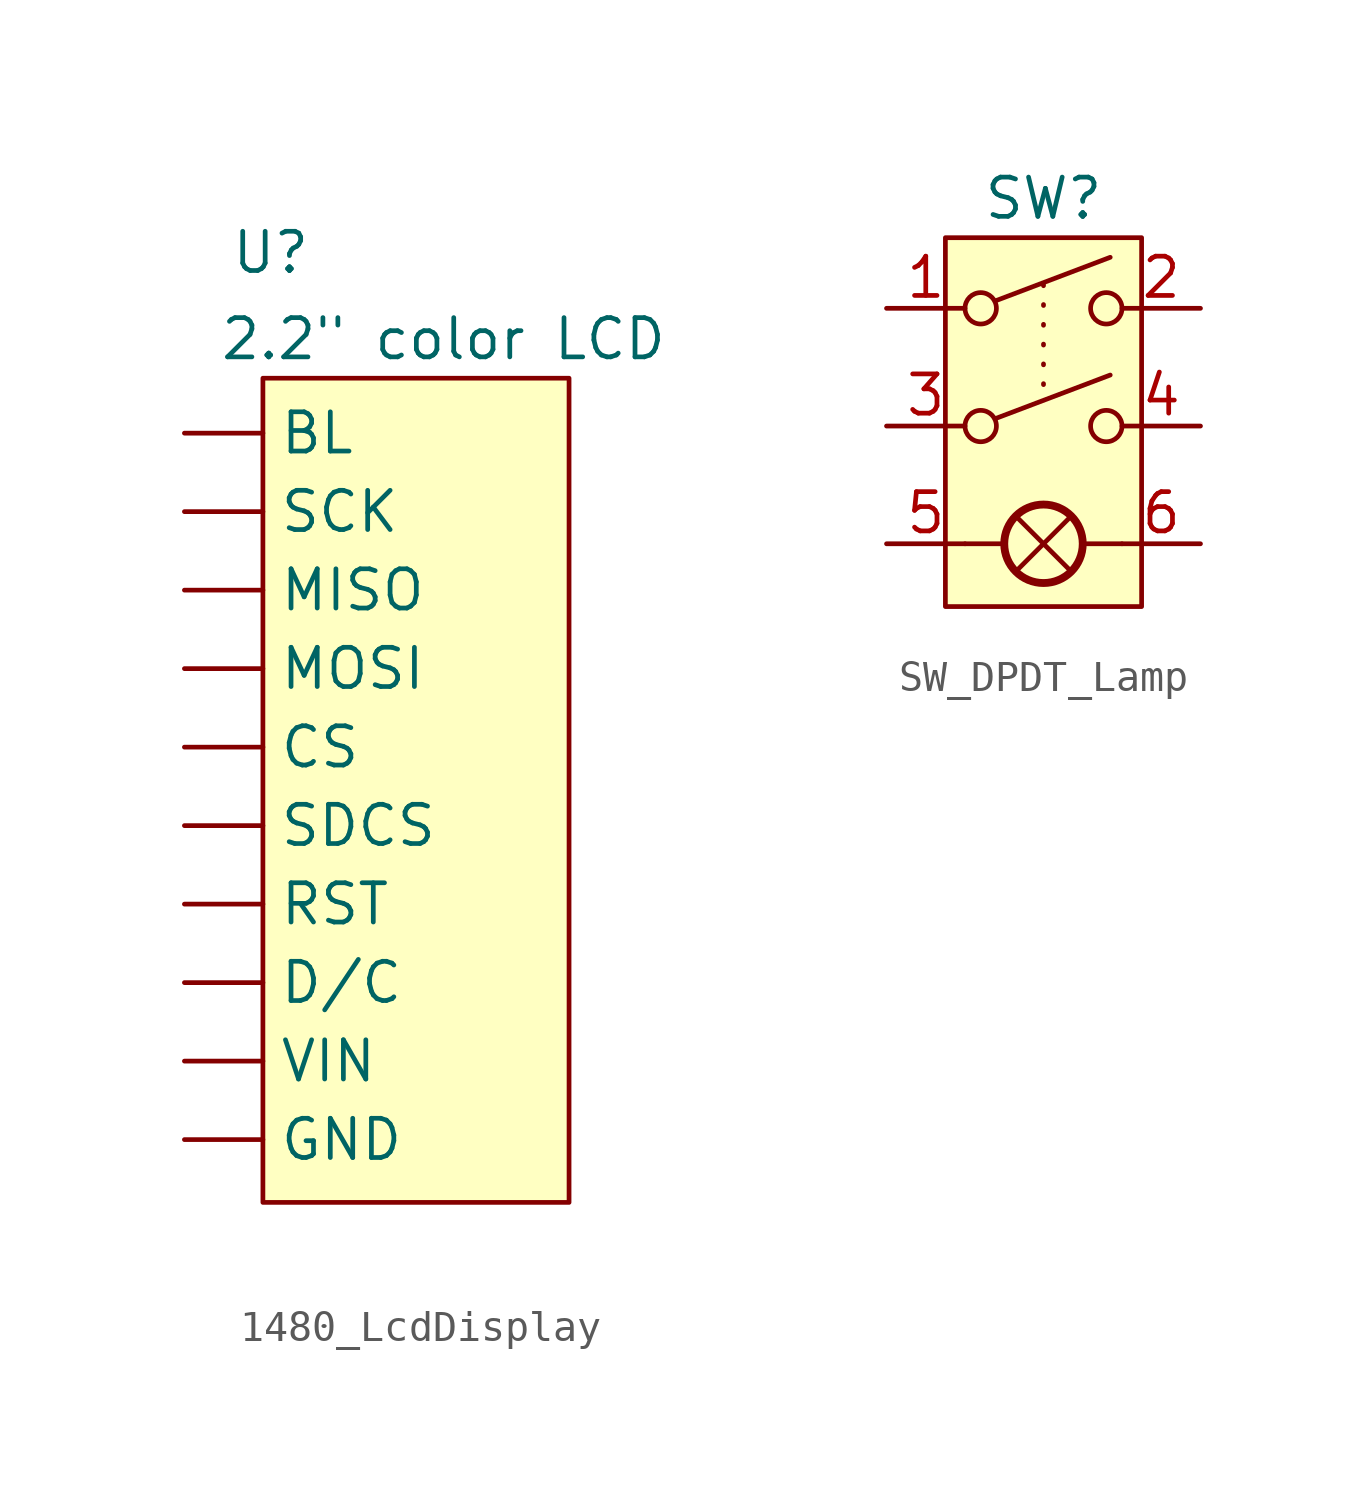
<source format=kicad_sym>
(kicad_symbol_lib
  (version 20231120)
  (generator "kicad_symbol_editor")
  (generator_version "8.0")
  (symbol "1480_LcdDisplay"
    (property "Reference" "U"
      (at 0.254 2.032 0)
      (effects (font (size 1.27 1.27))))
    (property "Value" "2.2\" color LCD"
      (at 5.842 -0.762 0)
      (effects (font (size 1.27 1.27))))
    (symbol "1480_LcdDisplay_1_1"
      (rectangle (start 0 -2.032) (end 9.906 -28.702) (stroke (width 0) (type default)) (fill (type background)))
      (pin passive line (at -2.54 -3.81 0) (length 2.54) (name "BL" (effects (font (size 1.27 1.27)))) (number "" (effects (font (size 1.27 1.27)))))
      (pin passive line (at -2.54 -13.97 0) (length 2.54) (name "CS" (effects (font (size 1.27 1.27)))) (number "" (effects (font (size 1.27 1.27)))))
      (pin passive line (at -2.54 -21.59 0) (length 2.54) (name "D/C" (effects (font (size 1.27 1.27)))) (number "" (effects (font (size 1.27 1.27)))))
      (pin passive line (at -2.54 -26.67 0) (length 2.54) (name "GND" (effects (font (size 1.27 1.27)))) (number "" (effects (font (size 1.27 1.27)))))
      (pin passive line (at -2.54 -8.89 0) (length 2.54) (name "MISO" (effects (font (size 1.27 1.27)))) (number "" (effects (font (size 1.27 1.27)))))
      (pin passive line (at -2.54 -11.43 0) (length 2.54) (name "MOSI" (effects (font (size 1.27 1.27)))) (number "" (effects (font (size 1.27 1.27)))))
      (pin passive line (at -2.54 -19.05 0) (length 2.54) (name "RST" (effects (font (size 1.27 1.27)))) (number "" (effects (font (size 1.27 1.27)))))
      (pin passive line (at -2.54 -6.35 0) (length 2.54) (name "SCK" (effects (font (size 1.27 1.27)))) (number "" (effects (font (size 1.27 1.27)))))
      (pin passive line (at -2.54 -16.51 0) (length 2.54) (name "SDCS" (effects (font (size 1.27 1.27)))) (number "" (effects (font (size 1.27 1.27)))))
      (pin passive line (at -2.54 -24.13 0) (length 2.54) (name "VIN" (effects (font (size 1.27 1.27)))) (number "" (effects (font (size 1.27 1.27)))))))
  (symbol "SW_DPDT_Lamp"
    (property "Reference" "SW"
      (at 0 1.016 0)
      (effects (font (size 1.27 1.27))))
    (property "Value" ""
      (at 0 -8.89 0)
      (effects (font (size 1.27 1.27))))
    (symbol "SW_DPDT_Lamp_0_1"
      (circle (center -2.032 -6.35) (radius 0.508) (stroke (width 0) (type default)) (fill (type none)))
      (circle (center -2.032 -2.54) (radius 0.508) (stroke (width 0) (type default)) (fill (type none)))
      (circle (center 0 -10.16) (radius 1.27) (stroke (width 0.254) (type default)) (fill (type none)))
      (polyline (pts (xy -2.54 -10.16) (xy -1.27 -10.16)) (stroke (width 0) (type default)) (fill (type none)))
      (polyline (pts (xy -1.524 -6.096) (xy 2.159 -4.699)) (stroke (width 0) (type default)) (fill (type none)))
      (polyline (pts (xy -1.524 -2.286) (xy 2.159 -0.889)) (stroke (width 0) (type default)) (fill (type none)))
      (polyline (pts (xy -0.889 -11.049) (xy 0.889 -9.271)) (stroke (width 0) (type default)) (fill (type none)))
      (polyline (pts (xy 0.889 -11.049) (xy -0.889 -9.271)) (stroke (width 0) (type default)) (fill (type none)))
      (polyline (pts (xy 2.54 -10.16) (xy 1.27 -10.16)) (stroke (width 0) (type default)) (fill (type none)))
      (circle (center 2.032 -6.35) (radius 0.508) (stroke (width 0) (type default)) (fill (type none)))
      (circle (center 2.032 -2.54) (radius 0.508) (stroke (width 0) (type default)) (fill (type none))))
    (symbol "SW_DPDT_Lamp_1_1"
      (rectangle (start -3.175 -0.254) (end 3.175 -12.192) (stroke (width 0) (type default)) (fill (type background)))
      (polyline (pts (xy 0 -1.778) (xy 0 -5.588)) (stroke (width 0) (type dot)) (fill (type none)))
      (pin passive line (at -5.08 -2.54 0) (length 2.54) (name "" (effects (font (size 1.27 1.27)))) (number "1" (effects (font (size 1.27 1.27)))))
      (pin passive line (at 5.08 -2.54 180) (length 2.54) (name "" (effects (font (size 1.27 1.27)))) (number "2" (effects (font (size 1.27 1.27)))))
      (pin passive line (at -5.08 -6.35 0) (length 2.54) (name "" (effects (font (size 1.27 1.27)))) (number "3" (effects (font (size 1.27 1.27)))))
      (pin passive line (at 5.08 -6.35 180) (length 2.54) (name "" (effects (font (size 1.27 1.27)))) (number "4" (effects (font (size 1.27 1.27)))))
      (pin passive line (at -5.08 -10.16 0) (length 2.54) (name "" (effects (font (size 1.27 1.27)))) (number "5" (effects (font (size 1.27 1.27)))))
      (pin passive line (at 5.08 -10.16 180) (length 2.54) (name "" (effects (font (size 1.27 1.27)))) (number "6" (effects (font (size 1.27 1.27))))))))
</source>
